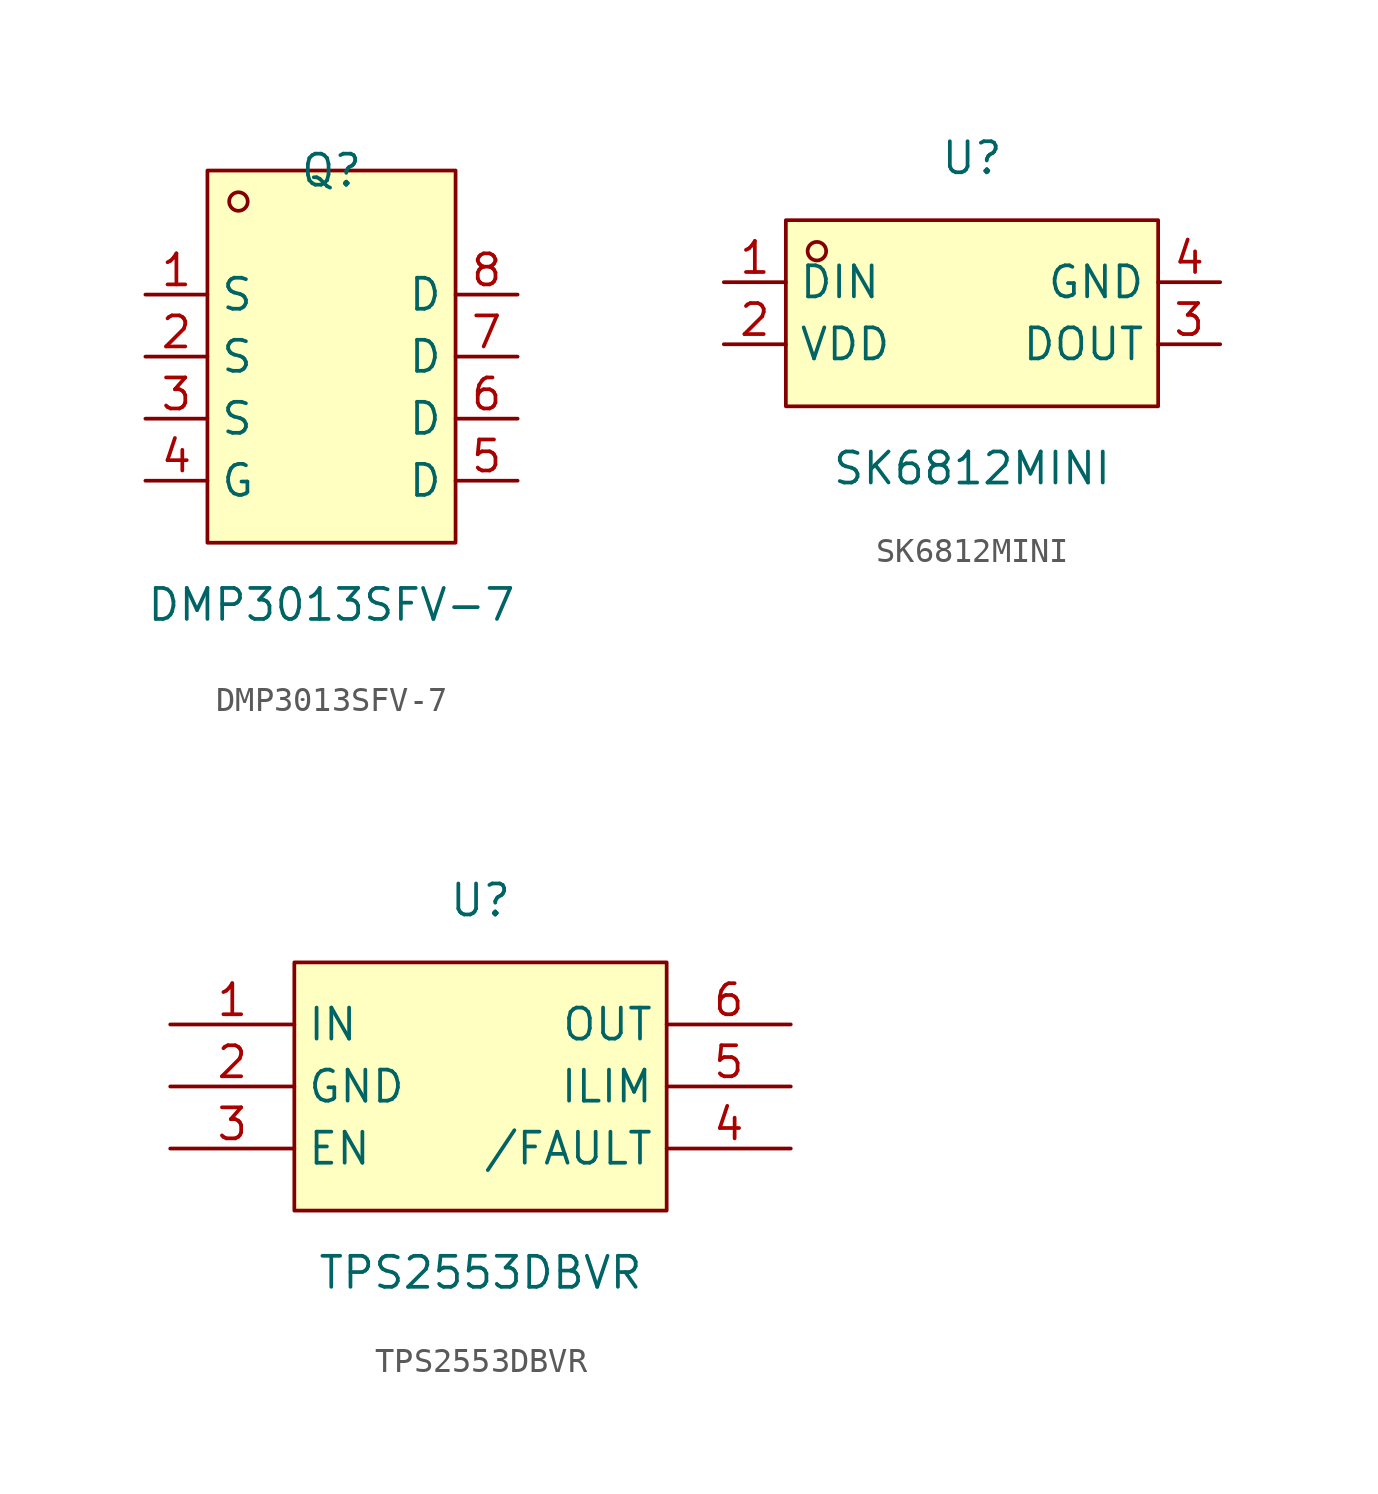
<source format=kicad_sym>
(kicad_symbol_lib
  (version 20211014)
  (generator https://github.com/uPesy/easyeda2kicad.py)
  (symbol "DMP3013SFV-7"
    (property "Reference" "Q"
      (at 0 7.62 0)
      (effects (font (size 1.27 1.27))))
    (property "Value" "DMP3013SFV-7"
      (at 0 -10.16 0)
      (effects (font (size 1.27 1.27))))
    (symbol "DMP3013SFV-7_0_1"
      (rectangle (start -5.08 7.62) (end 5.08 -7.62) (stroke (width 0) (type default) (color 0 0 0 0)) (fill (type background)))
      (circle (center -3.81 6.35) (radius 0.38) (stroke (width 0) (type default) (color 0 0 0 0)) (fill (type none)))
      (pin unspecified line (at -7.62 2.54 0) (length 2.54) (name "S" (effects (font (size 1.27 1.27)))) (number "1" (effects (font (size 1.27 1.27)))))
      (pin unspecified line (at -7.62 -0.00 0) (length 2.54) (name "S" (effects (font (size 1.27 1.27)))) (number "2" (effects (font (size 1.27 1.27)))))
      (pin unspecified line (at -7.62 -2.54 0) (length 2.54) (name "S" (effects (font (size 1.27 1.27)))) (number "3" (effects (font (size 1.27 1.27)))))
      (pin unspecified line (at -7.62 -5.08 0) (length 2.54) (name "G" (effects (font (size 1.27 1.27)))) (number "4" (effects (font (size 1.27 1.27)))))
      (pin unspecified line (at 7.62 -5.08 180) (length 2.54) (name "D" (effects (font (size 1.27 1.27)))) (number "5" (effects (font (size 1.27 1.27)))))
      (pin unspecified line (at 7.62 -2.54 180) (length 2.54) (name "D" (effects (font (size 1.27 1.27)))) (number "6" (effects (font (size 1.27 1.27)))))
      (pin unspecified line (at 7.62 -0.00 180) (length 2.54) (name "D" (effects (font (size 1.27 1.27)))) (number "7" (effects (font (size 1.27 1.27)))))
      (pin unspecified line (at 7.62 2.54 180) (length 2.54) (name "D" (effects (font (size 1.27 1.27)))) (number "8" (effects (font (size 1.27 1.27)))))))
  (symbol "SK6812MINI"
    (property "Reference" "U"
      (at 0 6.35 0)
      (effects (font (size 1.27 1.27))))
    (property "Value" "SK6812MINI"
      (at 0 -6.35 0)
      (effects (font (size 1.27 1.27))))
    (symbol "SK6812MINI_0_1"
      (rectangle (start -7.62 3.81) (end 7.62 -3.81) (stroke (width 0) (type default) (color 0 0 0 0)) (fill (type background)))
      (circle (center -6.35 2.54) (radius 0.38) (stroke (width 0) (type default) (color 0 0 0 0)) (fill (type none)))
      (pin unspecified line (at -10.16 1.27 0) (length 2.54) (name "DIN" (effects (font (size 1.27 1.27)))) (number "1" (effects (font (size 1.27 1.27)))))
      (pin unspecified line (at -10.16 -1.27 0) (length 2.54) (name "VDD" (effects (font (size 1.27 1.27)))) (number "2" (effects (font (size 1.27 1.27)))))
      (pin unspecified line (at 10.16 -1.27 180) (length 2.54) (name "DOUT" (effects (font (size 1.27 1.27)))) (number "3" (effects (font (size 1.27 1.27)))))
      (pin unspecified line (at 10.16 1.27 180) (length 2.54) (name "GND" (effects (font (size 1.27 1.27)))) (number "4" (effects (font (size 1.27 1.27)))))))
  (symbol "TPS2553DBVR"
    (property "Reference" "U"
      (at 0 7.62 0)
      (effects (font (size 1.27 1.27))))
    (property "Value" "TPS2553DBVR"
      (at 0 -7.62 0)
      (effects (font (size 1.27 1.27))))
    (symbol "TPS2553DBVR_0_1"
      (rectangle (start -7.62 5.08) (end 7.62 -5.08) (stroke (width 0) (type default) (color 0 0 0 0)) (fill (type background)))
      (pin unspecified line (at -12.70 2.54 0) (length 5.08) (name "IN" (effects (font (size 1.27 1.27)))) (number "1" (effects (font (size 1.27 1.27)))))
      (pin unspecified line (at -12.70 -0.00 0) (length 5.08) (name "GND" (effects (font (size 1.27 1.27)))) (number "2" (effects (font (size 1.27 1.27)))))
      (pin unspecified line (at -12.70 -2.54 0) (length 5.08) (name "EN" (effects (font (size 1.27 1.27)))) (number "3" (effects (font (size 1.27 1.27)))))
      (pin unspecified line (at 12.70 -2.54 180) (length 5.08) (name "/FAULT" (effects (font (size 1.27 1.27)))) (number "4" (effects (font (size 1.27 1.27)))))
      (pin unspecified line (at 12.70 -0.00 180) (length 5.08) (name "ILIM" (effects (font (size 1.27 1.27)))) (number "5" (effects (font (size 1.27 1.27)))))
      (pin unspecified line (at 12.70 2.54 180) (length 5.08) (name "OUT" (effects (font (size 1.27 1.27)))) (number "6" (effects (font (size 1.27 1.27))))))))
</source>
